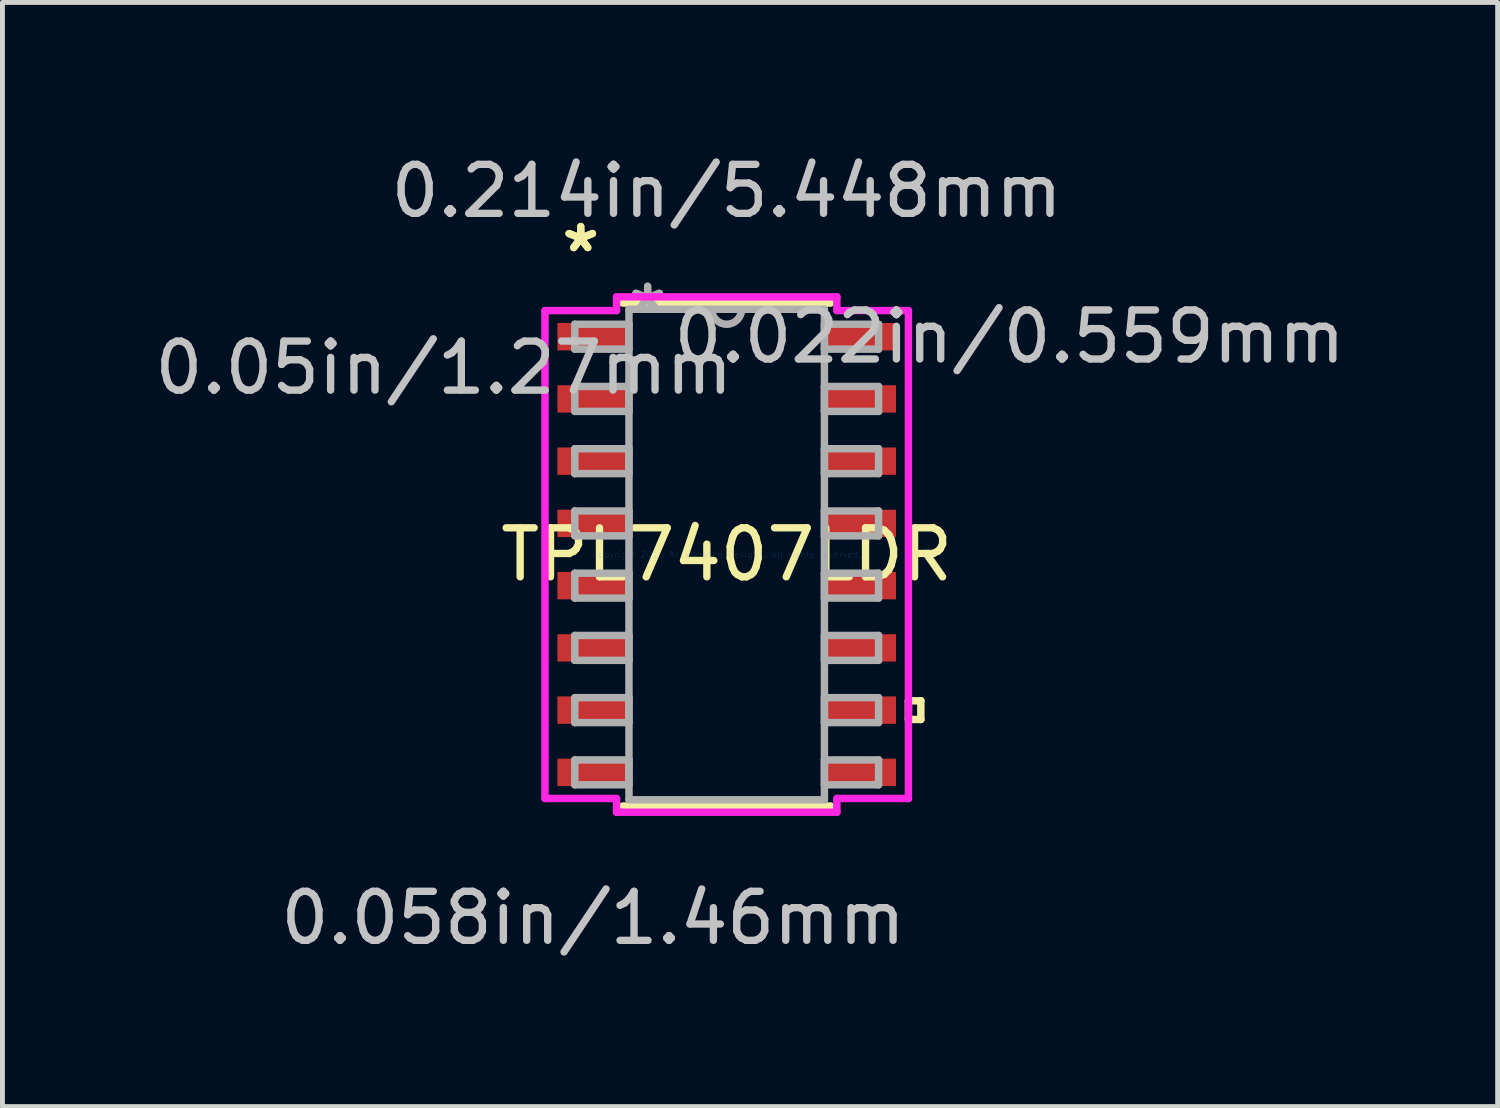
<source format=kicad_pcb>
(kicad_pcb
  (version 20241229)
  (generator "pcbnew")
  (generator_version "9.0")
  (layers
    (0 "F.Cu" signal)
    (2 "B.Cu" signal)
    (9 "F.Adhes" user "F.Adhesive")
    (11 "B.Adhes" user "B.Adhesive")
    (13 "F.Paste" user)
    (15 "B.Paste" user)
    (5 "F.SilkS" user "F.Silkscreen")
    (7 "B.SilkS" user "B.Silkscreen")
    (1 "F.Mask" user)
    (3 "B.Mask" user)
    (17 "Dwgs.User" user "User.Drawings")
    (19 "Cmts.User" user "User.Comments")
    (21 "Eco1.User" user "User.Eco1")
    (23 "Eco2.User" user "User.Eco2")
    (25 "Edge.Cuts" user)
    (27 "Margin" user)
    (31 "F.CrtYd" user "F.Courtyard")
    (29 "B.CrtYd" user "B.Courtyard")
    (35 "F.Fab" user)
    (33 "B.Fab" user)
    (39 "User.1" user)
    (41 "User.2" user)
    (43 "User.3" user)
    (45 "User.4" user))
  (footprint "TPL7407LDR"
    (layer "F.Cu")
    (at 11.778 8.265)
    (property "Reference" "TPL7407LDR" (at 0 0 0) (layer "F.SilkS") (effects (font (size 1 1) (thickness 0.15))))
    (attr through_hole)
    (fp_line (start -2.121 5.131) (end 2.121 5.131) (stroke (width 0.152) (type solid)) (layer "F.SilkS"))
    (fp_line (start 2.121 -5.131) (end -2.121 -5.131) (stroke (width 0.152) (type solid)) (layer "F.SilkS"))
    (fp_line (start 3.708 2.985) (end 3.962 2.985) (stroke (width 0.152) (type solid)) (layer "F.SilkS"))
    (fp_line (start 3.708 3.365) (end 3.708 2.985) (stroke (width 0.152) (type solid)) (layer "F.SilkS"))
    (fp_line (start 3.962 2.985) (end 3.962 3.365) (stroke (width 0.152) (type solid)) (layer "F.SilkS"))
    (fp_line (start 3.962 3.365) (end 3.708 3.365) (stroke (width 0.152) (type solid)) (layer "F.SilkS"))
    (fp_line (start -3.708 -4.978) (end -2.248 -4.978) (stroke (width 0.152) (type solid)) (layer "F.CrtYd"))
    (fp_line (start -3.708 4.978) (end -3.708 -4.978) (stroke (width 0.152) (type solid)) (layer "F.CrtYd"))
    (fp_line (start -2.248 -5.258) (end 2.248 -5.258) (stroke (width 0.152) (type solid)) (layer "F.CrtYd"))
    (fp_line (start -2.248 -4.978) (end -2.248 -5.258) (stroke (width 0.152) (type solid)) (layer "F.CrtYd"))
    (fp_line (start -2.248 4.978) (end -3.708 4.978) (stroke (width 0.152) (type solid)) (layer "F.CrtYd"))
    (fp_line (start -2.248 5.258) (end -2.248 4.978) (stroke (width 0.152) (type solid)) (layer "F.CrtYd"))
    (fp_line (start 2.248 -5.258) (end 2.248 -4.978) (stroke (width 0.152) (type solid)) (layer "F.CrtYd"))
    (fp_line (start 2.248 -4.978) (end 3.708 -4.978) (stroke (width 0.152) (type solid)) (layer "F.CrtYd"))
    (fp_line (start 2.248 4.978) (end 2.248 5.258) (stroke (width 0.152) (type solid)) (layer "F.CrtYd"))
    (fp_line (start 2.248 5.258) (end -2.248 5.258) (stroke (width 0.152) (type solid)) (layer "F.CrtYd"))
    (fp_line (start 3.708 -4.978) (end 3.708 4.978) (stroke (width 0.152) (type solid)) (layer "F.CrtYd"))
    (fp_line (start 3.708 4.978) (end 2.248 4.978) (stroke (width 0.152) (type solid)) (layer "F.CrtYd"))
    (fp_line (start -3.099 -4.699) (end -3.099 -4.191) (stroke (width 0.152) (type solid)) (layer "F.Fab"))
    (fp_line (start -3.099 -4.191) (end -1.994 -4.191) (stroke (width 0.152) (type solid)) (layer "F.Fab"))
    (fp_line (start -3.099 -3.429) (end -3.099 -2.921) (stroke (width 0.152) (type solid)) (layer "F.Fab"))
    (fp_line (start -3.099 -2.921) (end -1.994 -2.921) (stroke (width 0.152) (type solid)) (layer "F.Fab"))
    (fp_line (start -3.099 -2.159) (end -3.099 -1.651) (stroke (width 0.152) (type solid)) (layer "F.Fab"))
    (fp_line (start -3.099 -1.651) (end -1.994 -1.651) (stroke (width 0.152) (type solid)) (layer "F.Fab"))
    (fp_line (start -3.099 -0.889) (end -3.099 -0.381) (stroke (width 0.152) (type solid)) (layer "F.Fab"))
    (fp_line (start -3.099 -0.381) (end -1.994 -0.381) (stroke (width 0.152) (type solid)) (layer "F.Fab"))
    (fp_line (start -3.099 0.381) (end -3.099 0.889) (stroke (width 0.152) (type solid)) (layer "F.Fab"))
    (fp_line (start -3.099 0.889) (end -1.994 0.889) (stroke (width 0.152) (type solid)) (layer "F.Fab"))
    (fp_line (start -3.099 1.651) (end -3.099 2.159) (stroke (width 0.152) (type solid)) (layer "F.Fab"))
    (fp_line (start -3.099 2.159) (end -1.994 2.159) (stroke (width 0.152) (type solid)) (layer "F.Fab"))
    (fp_line (start -3.099 2.921) (end -3.099 3.429) (stroke (width 0.152) (type solid)) (layer "F.Fab"))
    (fp_line (start -3.099 3.429) (end -1.994 3.429) (stroke (width 0.152) (type solid)) (layer "F.Fab"))
    (fp_line (start -3.099 4.191) (end -3.099 4.699) (stroke (width 0.152) (type solid)) (layer "F.Fab"))
    (fp_line (start -3.099 4.699) (end -1.994 4.699) (stroke (width 0.152) (type solid)) (layer "F.Fab"))
    (fp_line (start -1.994 -5.004) (end -1.994 5.004) (stroke (width 0.152) (type solid)) (layer "F.Fab"))
    (fp_line (start -1.994 -4.699) (end -3.099 -4.699) (stroke (width 0.152) (type solid)) (layer "F.Fab"))
    (fp_line (start -1.994 -4.191) (end -1.994 -4.699) (stroke (width 0.152) (type solid)) (layer "F.Fab"))
    (fp_line (start -1.994 -3.429) (end -3.099 -3.429) (stroke (width 0.152) (type solid)) (layer "F.Fab"))
    (fp_line (start -1.994 -2.921) (end -1.994 -3.429) (stroke (width 0.152) (type solid)) (layer "F.Fab"))
    (fp_line (start -1.994 -2.159) (end -3.099 -2.159) (stroke (width 0.152) (type solid)) (layer "F.Fab"))
    (fp_line (start -1.994 -1.651) (end -1.994 -2.159) (stroke (width 0.152) (type solid)) (layer "F.Fab"))
    (fp_line (start -1.994 -0.889) (end -3.099 -0.889) (stroke (width 0.152) (type solid)) (layer "F.Fab"))
    (fp_line (start -1.994 -0.381) (end -1.994 -0.889) (stroke (width 0.152) (type solid)) (layer "F.Fab"))
    (fp_line (start -1.994 0.381) (end -3.099 0.381) (stroke (width 0.152) (type solid)) (layer "F.Fab"))
    (fp_line (start -1.994 0.889) (end -1.994 0.381) (stroke (width 0.152) (type solid)) (layer "F.Fab"))
    (fp_line (start -1.994 1.651) (end -3.099 1.651) (stroke (width 0.152) (type solid)) (layer "F.Fab"))
    (fp_line (start -1.994 2.159) (end -1.994 1.651) (stroke (width 0.152) (type solid)) (layer "F.Fab"))
    (fp_line (start -1.994 2.921) (end -3.099 2.921) (stroke (width 0.152) (type solid)) (layer "F.Fab"))
    (fp_line (start -1.994 3.429) (end -1.994 2.921) (stroke (width 0.152) (type solid)) (layer "F.Fab"))
    (fp_line (start -1.994 4.191) (end -3.099 4.191) (stroke (width 0.152) (type solid)) (layer "F.Fab"))
    (fp_line (start -1.994 4.699) (end -1.994 4.191) (stroke (width 0.152) (type solid)) (layer "F.Fab"))
    (fp_line (start -1.994 5.004) (end 1.994 5.004) (stroke (width 0.152) (type solid)) (layer "F.Fab"))
    (fp_line (start 1.994 -5.004) (end -1.994 -5.004) (stroke (width 0.152) (type solid)) (layer "F.Fab"))
    (fp_line (start 1.994 -4.699) (end 1.994 -4.191) (stroke (width 0.152) (type solid)) (layer "F.Fab"))
    (fp_line (start 1.994 -4.191) (end 3.099 -4.191) (stroke (width 0.152) (type solid)) (layer "F.Fab"))
    (fp_line (start 1.994 -3.429) (end 1.994 -2.921) (stroke (width 0.152) (type solid)) (layer "F.Fab"))
    (fp_line (start 1.994 -2.921) (end 3.099 -2.921) (stroke (width 0.152) (type solid)) (layer "F.Fab"))
    (fp_line (start 1.994 -2.159) (end 1.994 -1.651) (stroke (width 0.152) (type solid)) (layer "F.Fab"))
    (fp_line (start 1.994 -1.651) (end 3.099 -1.651) (stroke (width 0.152) (type solid)) (layer "F.Fab"))
    (fp_line (start 1.994 -0.889) (end 1.994 -0.381) (stroke (width 0.152) (type solid)) (layer "F.Fab"))
    (fp_line (start 1.994 -0.381) (end 3.099 -0.381) (stroke (width 0.152) (type solid)) (layer "F.Fab"))
    (fp_line (start 1.994 0.381) (end 1.994 0.889) (stroke (width 0.152) (type solid)) (layer "F.Fab"))
    (fp_line (start 1.994 0.889) (end 3.099 0.889) (stroke (width 0.152) (type solid)) (layer "F.Fab"))
    (fp_line (start 1.994 1.651) (end 1.994 2.159) (stroke (width 0.152) (type solid)) (layer "F.Fab"))
    (fp_line (start 1.994 2.159) (end 3.099 2.159) (stroke (width 0.152) (type solid)) (layer "F.Fab"))
    (fp_line (start 1.994 2.921) (end 1.994 3.429) (stroke (width 0.152) (type solid)) (layer "F.Fab"))
    (fp_line (start 1.994 3.429) (end 3.099 3.429) (stroke (width 0.152) (type solid)) (layer "F.Fab"))
    (fp_line (start 1.994 4.191) (end 1.994 4.699) (stroke (width 0.152) (type solid)) (layer "F.Fab"))
    (fp_line (start 1.994 4.699) (end 3.099 4.699) (stroke (width 0.152) (type solid)) (layer "F.Fab"))
    (fp_line (start 1.994 5.004) (end 1.994 -5.004) (stroke (width 0.152) (type solid)) (layer "F.Fab"))
    (fp_line (start 3.099 -4.699) (end 1.994 -4.699) (stroke (width 0.152) (type solid)) (layer "F.Fab"))
    (fp_line (start 3.099 -4.191) (end 3.099 -4.699) (stroke (width 0.152) (type solid)) (layer "F.Fab"))
    (fp_line (start 3.099 -3.429) (end 1.994 -3.429) (stroke (width 0.152) (type solid)) (layer "F.Fab"))
    (fp_line (start 3.099 -2.921) (end 3.099 -3.429) (stroke (width 0.152) (type solid)) (layer "F.Fab"))
    (fp_line (start 3.099 -2.159) (end 1.994 -2.159) (stroke (width 0.152) (type solid)) (layer "F.Fab"))
    (fp_line (start 3.099 -1.651) (end 3.099 -2.159) (stroke (width 0.152) (type solid)) (layer "F.Fab"))
    (fp_line (start 3.099 -0.889) (end 1.994 -0.889) (stroke (width 0.152) (type solid)) (layer "F.Fab"))
    (fp_line (start 3.099 -0.381) (end 3.099 -0.889) (stroke (width 0.152) (type solid)) (layer "F.Fab"))
    (fp_line (start 3.099 0.381) (end 1.994 0.381) (stroke (width 0.152) (type solid)) (layer "F.Fab"))
    (fp_line (start 3.099 0.889) (end 3.099 0.381) (stroke (width 0.152) (type solid)) (layer "F.Fab"))
    (fp_line (start 3.099 1.651) (end 1.994 1.651) (stroke (width 0.152) (type solid)) (layer "F.Fab"))
    (fp_line (start 3.099 2.159) (end 3.099 1.651) (stroke (width 0.152) (type solid)) (layer "F.Fab"))
    (fp_line (start 3.099 2.921) (end 1.994 2.921) (stroke (width 0.152) (type solid)) (layer "F.Fab"))
    (fp_line (start 3.099 3.429) (end 3.099 2.921) (stroke (width 0.152) (type solid)) (layer "F.Fab"))
    (fp_line (start 3.099 4.191) (end 1.994 4.191) (stroke (width 0.152) (type solid)) (layer "F.Fab"))
    (fp_line (start 3.099 4.699) (end 3.099 4.191) (stroke (width 0.152) (type solid)) (layer "F.Fab"))
    (fp_arc (start 0.3048 -5.0038) (mid 0 -4.699) (end -0.3048 -5.0038) (stroke (width 0.1524) (type solid)) (layer "F.Fab"))
    (fp_text user "*" (at -2.978 -6.147 0) (layer "F.SilkS") (effects (font (size 1 1) (thickness 0.15))))
    (fp_text user "*" (at -2.978 -6.147 0) (layer "F.SilkS") (effects (font (size 1 1) (thickness 0.15))))
    (fp_text user "0.214in/5.448mm" (at 0 -7.417 0) (layer "Dwgs.User") (effects (font (size 1 1) (thickness 0.15))))
    (fp_text user "0.022in/0.559mm" (at 5.772 -4.445 0) (layer "Dwgs.User") (effects (font (size 1 1) (thickness 0.15))))
    (fp_text user "0.058in/1.46mm" (at -2.724 7.417 0) (layer "Dwgs.User") (effects (font (size 1 1) (thickness 0.15))))
    (fp_text user "0.05in/1.27mm" (at -5.772 -3.81 0) (layer "Dwgs.User") (effects (font (size 1 1) (thickness 0.15))))
    (fp_text user "Copyright 2016 Accelerated Designs. All rights reserved." (at 0 0 0) (layer "Cmts.User") (effects (font (size 0.127 0.127) (thickness 0.002))))
    (fp_text user "*" (at -1.613 -4.928 0) (layer "F.Fab") (effects (font (size 1 1) (thickness 0.15))))
    (fp_text user "*" (at -1.613 -4.928 0) (layer "F.Fab") (effects (font (size 1 1) (thickness 0.15))))
    (pad "1" smd rect (at -2.724 -4.445) (size 1.46 0.559) (layers "F.Cu" "F.Mask" "F.Paste"))
    (pad "2" smd rect (at -2.724 -3.175) (size 1.46 0.559) (layers "F.Cu" "F.Mask" "F.Paste"))
    (pad "3" smd rect (at -2.724 -1.905) (size 1.46 0.559) (layers "F.Cu" "F.Mask" "F.Paste"))
    (pad "4" smd rect (at -2.724 -0.635) (size 1.46 0.559) (layers "F.Cu" "F.Mask" "F.Paste"))
    (pad "5" smd rect (at -2.724 0.635) (size 1.46 0.559) (layers "F.Cu" "F.Mask" "F.Paste"))
    (pad "6" smd rect (at -2.724 1.905) (size 1.46 0.559) (layers "F.Cu" "F.Mask" "F.Paste"))
    (pad "7" smd rect (at -2.724 3.175) (size 1.46 0.559) (layers "F.Cu" "F.Mask" "F.Paste"))
    (pad "8" smd rect (at -2.724 4.445) (size 1.46 0.559) (layers "F.Cu" "F.Mask" "F.Paste"))
    (pad "9" smd rect (at 2.724 4.445) (size 1.46 0.559) (layers "F.Cu" "F.Mask" "F.Paste"))
    (pad "10" smd rect (at 2.724 3.175) (size 1.46 0.559) (layers "F.Cu" "F.Mask" "F.Paste"))
    (pad "11" smd rect (at 2.724 1.905) (size 1.46 0.559) (layers "F.Cu" "F.Mask" "F.Paste"))
    (pad "12" smd rect (at 2.724 0.635) (size 1.46 0.559) (layers "F.Cu" "F.Mask" "F.Paste"))
    (pad "13" smd rect (at 2.724 -0.635) (size 1.46 0.559) (layers "F.Cu" "F.Mask" "F.Paste"))
    (pad "14" smd rect (at 2.724 -1.905) (size 1.46 0.559) (layers "F.Cu" "F.Mask" "F.Paste"))
    (pad "15" smd rect (at 2.724 -3.175) (size 1.46 0.559) (layers "F.Cu" "F.Mask" "F.Paste"))
    (pad "16" smd rect (at 2.724 -4.445) (size 1.46 0.559) (layers "F.Cu" "F.Mask" "F.Paste")))
  (gr_rect
    (start -3 -3)
    (end 27.509 19.53)
    (stroke (width 0.1) (type default))
    (fill no)
    (layer "Edge.Cuts")))
</source>
